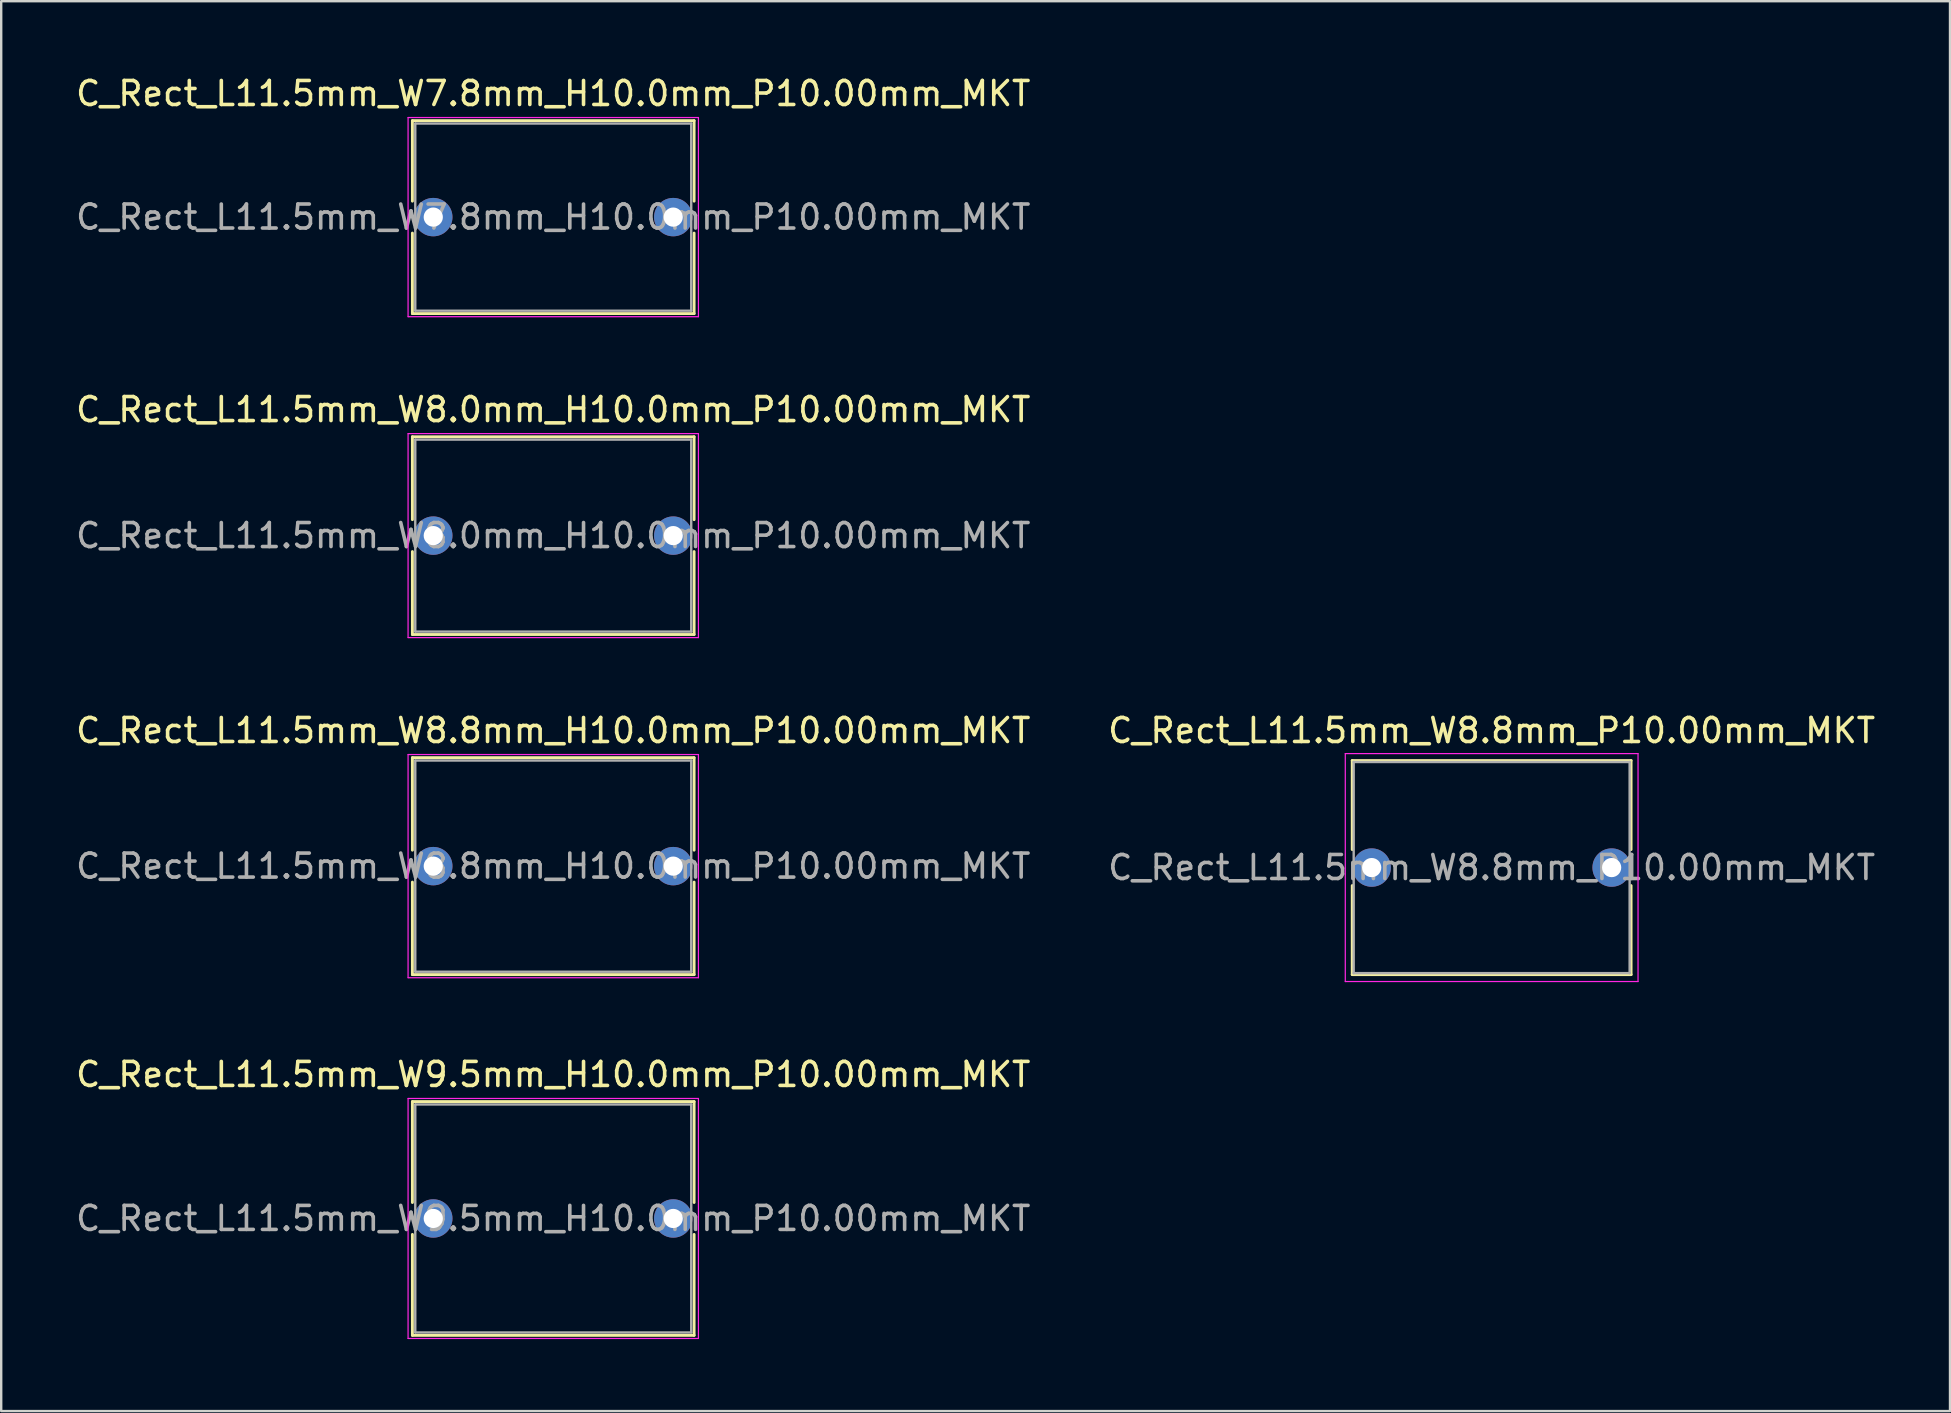
<source format=kicad_pcb>
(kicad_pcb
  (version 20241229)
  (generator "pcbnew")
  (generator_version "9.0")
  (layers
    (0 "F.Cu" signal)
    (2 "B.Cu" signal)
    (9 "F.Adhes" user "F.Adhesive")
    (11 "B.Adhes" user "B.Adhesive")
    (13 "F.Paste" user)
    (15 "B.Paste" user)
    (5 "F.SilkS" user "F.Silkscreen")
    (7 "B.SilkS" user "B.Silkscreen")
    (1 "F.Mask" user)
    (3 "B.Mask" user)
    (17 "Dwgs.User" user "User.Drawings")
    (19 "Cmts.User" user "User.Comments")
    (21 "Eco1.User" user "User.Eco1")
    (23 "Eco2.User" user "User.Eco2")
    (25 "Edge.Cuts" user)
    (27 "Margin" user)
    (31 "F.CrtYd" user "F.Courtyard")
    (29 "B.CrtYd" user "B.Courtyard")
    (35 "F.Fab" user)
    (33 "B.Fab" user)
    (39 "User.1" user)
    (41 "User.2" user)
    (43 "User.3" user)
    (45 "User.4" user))
  (footprint "C_Rect_L11.5mm_W8.8mm_P10.00mm_MKT"
    (layer "F.Cu")
    (at 54.113 33.105)
    (property "Reference" "C_Rect_L11.5mm_W8.8mm_P10.00mm_MKT" (at 5 -5.71 0) (layer "F.SilkS") (effects (font (size 1 1) (thickness 0.15))))
    (attr through_hole)
    (fp_line (start -0.81 -4.46) (end -0.81 -0.75) (stroke (width 0.12) (type solid)) (layer "F.SilkS"))
    (fp_line (start -0.81 -4.46) (end 10.81 -4.46) (stroke (width 0.12) (type solid)) (layer "F.SilkS"))
    (fp_line (start -0.81 0.75) (end -0.81 4.46) (stroke (width 0.12) (type solid)) (layer "F.SilkS"))
    (fp_line (start -0.81 4.46) (end 10.81 4.46) (stroke (width 0.12) (type solid)) (layer "F.SilkS"))
    (fp_line (start 10.81 -4.46) (end 10.81 -0.75) (stroke (width 0.12) (type solid)) (layer "F.SilkS"))
    (fp_line (start 10.81 0.75) (end 10.81 4.46) (stroke (width 0.12) (type solid)) (layer "F.SilkS"))
    (fp_line (start -1.1 -4.75) (end -1.1 4.75) (stroke (width 0.05) (type solid)) (layer "F.CrtYd"))
    (fp_line (start -1.1 4.75) (end 11.1 4.75) (stroke (width 0.05) (type solid)) (layer "F.CrtYd"))
    (fp_line (start 11.1 -4.75) (end -1.1 -4.75) (stroke (width 0.05) (type solid)) (layer "F.CrtYd"))
    (fp_line (start 11.1 4.75) (end 11.1 -4.75) (stroke (width 0.05) (type solid)) (layer "F.CrtYd"))
    (fp_line (start -0.75 -4.4) (end -0.75 4.4) (stroke (width 0.1) (type solid)) (layer "F.Fab"))
    (fp_line (start -0.75 4.4) (end 10.75 4.4) (stroke (width 0.1) (type solid)) (layer "F.Fab"))
    (fp_line (start 10.75 -4.4) (end -0.75 -4.4) (stroke (width 0.1) (type solid)) (layer "F.Fab"))
    (fp_line (start 10.75 4.4) (end 10.75 -4.4) (stroke (width 0.1) (type solid)) (layer "F.Fab"))
    (fp_text user "${REFERENCE}" (at 5 0 0) (layer "F.Fab") (effects (font (size 1 1) (thickness 0.15))))
    (pad "1" thru_hole circle (at 0 0) (size 1.6 1.6) (drill 0.8) (layers "*.Cu" "*.Mask"))
    (pad "2" thru_hole circle (at 10 0) (size 1.6 1.6) (drill 0.8) (layers "*.Cu" "*.Mask")))
  (footprint "C_Rect_L11.5mm_W7.8mm_H10.0mm_P10.00mm_MKT"
    (layer "F.Cu")
    (at 15.006 5.998)
    (property "Reference" "C_Rect_L11.5mm_W7.8mm_H10.0mm_P10.00mm_MKT" (at 5 -5.15 0) (layer "F.SilkS") (effects (font (size 1 1) (thickness 0.15))))
    (attr through_hole)
    (fp_line (start -0.87 -4.02) (end -0.87 -0.665) (stroke (width 0.12) (type solid)) (layer "F.SilkS"))
    (fp_line (start -0.87 -4.02) (end 10.87 -4.02) (stroke (width 0.12) (type solid)) (layer "F.SilkS"))
    (fp_line (start -0.87 0.665) (end -0.87 4.02) (stroke (width 0.12) (type solid)) (layer "F.SilkS"))
    (fp_line (start -0.87 4.02) (end 10.87 4.02) (stroke (width 0.12) (type solid)) (layer "F.SilkS"))
    (fp_line (start 10.87 -4.02) (end 10.87 -0.665) (stroke (width 0.12) (type solid)) (layer "F.SilkS"))
    (fp_line (start 10.87 0.665) (end 10.87 4.02) (stroke (width 0.12) (type solid)) (layer "F.SilkS"))
    (fp_line (start -1.05 -4.15) (end -1.05 4.15) (stroke (width 0.05) (type solid)) (layer "F.CrtYd"))
    (fp_line (start -1.05 4.15) (end 11.05 4.15) (stroke (width 0.05) (type solid)) (layer "F.CrtYd"))
    (fp_line (start 11.05 -4.15) (end -1.05 -4.15) (stroke (width 0.05) (type solid)) (layer "F.CrtYd"))
    (fp_line (start 11.05 4.15) (end 11.05 -4.15) (stroke (width 0.05) (type solid)) (layer "F.CrtYd"))
    (fp_line (start -0.75 -3.9) (end -0.75 3.9) (stroke (width 0.1) (type solid)) (layer "F.Fab"))
    (fp_line (start -0.75 3.9) (end 10.75 3.9) (stroke (width 0.1) (type solid)) (layer "F.Fab"))
    (fp_line (start 10.75 -3.9) (end -0.75 -3.9) (stroke (width 0.1) (type solid)) (layer "F.Fab"))
    (fp_line (start 10.75 3.9) (end 10.75 -3.9) (stroke (width 0.1) (type solid)) (layer "F.Fab"))
    (fp_text user "${REFERENCE}" (at 5 0 0) (layer "F.Fab") (effects (font (size 1 1) (thickness 0.15))))
    (pad "1" thru_hole circle (at 0 0) (size 1.6 1.6) (drill 0.8) (layers "*.Cu" "*.Mask"))
    (pad "2" thru_hole circle (at 10 0) (size 1.6 1.6) (drill 0.8) (layers "*.Cu" "*.Mask")))
  (footprint "C_Rect_L11.5mm_W9.5mm_H10.0mm_P10.00mm_MKT"
    (layer "F.Cu")
    (at 15.006 47.728)
    (property "Reference" "C_Rect_L11.5mm_W9.5mm_H10.0mm_P10.00mm_MKT" (at 5 -6 0) (layer "F.SilkS") (effects (font (size 1 1) (thickness 0.15))))
    (attr through_hole)
    (fp_line (start -0.87 -4.87) (end -0.87 -0.665) (stroke (width 0.12) (type solid)) (layer "F.SilkS"))
    (fp_line (start -0.87 -4.87) (end 10.87 -4.87) (stroke (width 0.12) (type solid)) (layer "F.SilkS"))
    (fp_line (start -0.87 0.665) (end -0.87 4.87) (stroke (width 0.12) (type solid)) (layer "F.SilkS"))
    (fp_line (start -0.87 4.87) (end 10.87 4.87) (stroke (width 0.12) (type solid)) (layer "F.SilkS"))
    (fp_line (start 10.87 -4.87) (end 10.87 -0.665) (stroke (width 0.12) (type solid)) (layer "F.SilkS"))
    (fp_line (start 10.87 0.665) (end 10.87 4.87) (stroke (width 0.12) (type solid)) (layer "F.SilkS"))
    (fp_line (start -1.05 -5) (end -1.05 5) (stroke (width 0.05) (type solid)) (layer "F.CrtYd"))
    (fp_line (start -1.05 5) (end 11.05 5) (stroke (width 0.05) (type solid)) (layer "F.CrtYd"))
    (fp_line (start 11.05 -5) (end -1.05 -5) (stroke (width 0.05) (type solid)) (layer "F.CrtYd"))
    (fp_line (start 11.05 5) (end 11.05 -5) (stroke (width 0.05) (type solid)) (layer "F.CrtYd"))
    (fp_line (start -0.75 -4.75) (end -0.75 4.75) (stroke (width 0.1) (type solid)) (layer "F.Fab"))
    (fp_line (start -0.75 4.75) (end 10.75 4.75) (stroke (width 0.1) (type solid)) (layer "F.Fab"))
    (fp_line (start 10.75 -4.75) (end -0.75 -4.75) (stroke (width 0.1) (type solid)) (layer "F.Fab"))
    (fp_line (start 10.75 4.75) (end 10.75 -4.75) (stroke (width 0.1) (type solid)) (layer "F.Fab"))
    (fp_text user "${REFERENCE}" (at 5 0 0) (layer "F.Fab") (effects (font (size 1 1) (thickness 0.15))))
    (pad "1" thru_hole circle (at 0 0) (size 1.6 1.6) (drill 0.8) (layers "*.Cu" "*.Mask"))
    (pad "2" thru_hole circle (at 10 0) (size 1.6 1.6) (drill 0.8) (layers "*.Cu" "*.Mask")))
  (footprint "C_Rect_L11.5mm_W8.8mm_H10.0mm_P10.00mm_MKT"
    (layer "F.Cu")
    (at 15.006 33.045)
    (property "Reference" "C_Rect_L11.5mm_W8.8mm_H10.0mm_P10.00mm_MKT" (at 5 -5.65 0) (layer "F.SilkS") (effects (font (size 1 1) (thickness 0.15))))
    (attr through_hole)
    (fp_line (start -0.87 -4.52) (end -0.87 -0.665) (stroke (width 0.12) (type solid)) (layer "F.SilkS"))
    (fp_line (start -0.87 -4.52) (end 10.87 -4.52) (stroke (width 0.12) (type solid)) (layer "F.SilkS"))
    (fp_line (start -0.87 0.665) (end -0.87 4.52) (stroke (width 0.12) (type solid)) (layer "F.SilkS"))
    (fp_line (start -0.87 4.52) (end 10.87 4.52) (stroke (width 0.12) (type solid)) (layer "F.SilkS"))
    (fp_line (start 10.87 -4.52) (end 10.87 -0.665) (stroke (width 0.12) (type solid)) (layer "F.SilkS"))
    (fp_line (start 10.87 0.665) (end 10.87 4.52) (stroke (width 0.12) (type solid)) (layer "F.SilkS"))
    (fp_line (start -1.05 -4.65) (end -1.05 4.65) (stroke (width 0.05) (type solid)) (layer "F.CrtYd"))
    (fp_line (start -1.05 4.65) (end 11.05 4.65) (stroke (width 0.05) (type solid)) (layer "F.CrtYd"))
    (fp_line (start 11.05 -4.65) (end -1.05 -4.65) (stroke (width 0.05) (type solid)) (layer "F.CrtYd"))
    (fp_line (start 11.05 4.65) (end 11.05 -4.65) (stroke (width 0.05) (type solid)) (layer "F.CrtYd"))
    (fp_line (start -0.75 -4.4) (end -0.75 4.4) (stroke (width 0.1) (type solid)) (layer "F.Fab"))
    (fp_line (start -0.75 4.4) (end 10.75 4.4) (stroke (width 0.1) (type solid)) (layer "F.Fab"))
    (fp_line (start 10.75 -4.4) (end -0.75 -4.4) (stroke (width 0.1) (type solid)) (layer "F.Fab"))
    (fp_line (start 10.75 4.4) (end 10.75 -4.4) (stroke (width 0.1) (type solid)) (layer "F.Fab"))
    (fp_text user "${REFERENCE}" (at 5 0 0) (layer "F.Fab") (effects (font (size 1 1) (thickness 0.15))))
    (pad "1" thru_hole circle (at 0 0) (size 1.6 1.6) (drill 0.8) (layers "*.Cu" "*.Mask"))
    (pad "2" thru_hole circle (at 10 0) (size 1.6 1.6) (drill 0.8) (layers "*.Cu" "*.Mask")))
  (footprint "C_Rect_L11.5mm_W8.0mm_H10.0mm_P10.00mm_MKT"
    (layer "F.Cu")
    (at 15.006 19.271)
    (property "Reference" "C_Rect_L11.5mm_W8.0mm_H10.0mm_P10.00mm_MKT" (at 5 -5.25 0) (layer "F.SilkS") (effects (font (size 1 1) (thickness 0.15))))
    (attr through_hole)
    (fp_line (start -0.87 -4.12) (end -0.87 -0.665) (stroke (width 0.12) (type solid)) (layer "F.SilkS"))
    (fp_line (start -0.87 -4.12) (end 10.87 -4.12) (stroke (width 0.12) (type solid)) (layer "F.SilkS"))
    (fp_line (start -0.87 0.665) (end -0.87 4.12) (stroke (width 0.12) (type solid)) (layer "F.SilkS"))
    (fp_line (start -0.87 4.12) (end 10.87 4.12) (stroke (width 0.12) (type solid)) (layer "F.SilkS"))
    (fp_line (start 10.87 -4.12) (end 10.87 -0.665) (stroke (width 0.12) (type solid)) (layer "F.SilkS"))
    (fp_line (start 10.87 0.665) (end 10.87 4.12) (stroke (width 0.12) (type solid)) (layer "F.SilkS"))
    (fp_line (start -1.05 -4.25) (end -1.05 4.25) (stroke (width 0.05) (type solid)) (layer "F.CrtYd"))
    (fp_line (start -1.05 4.25) (end 11.05 4.25) (stroke (width 0.05) (type solid)) (layer "F.CrtYd"))
    (fp_line (start 11.05 -4.25) (end -1.05 -4.25) (stroke (width 0.05) (type solid)) (layer "F.CrtYd"))
    (fp_line (start 11.05 4.25) (end 11.05 -4.25) (stroke (width 0.05) (type solid)) (layer "F.CrtYd"))
    (fp_line (start -0.75 -4) (end -0.75 4) (stroke (width 0.1) (type solid)) (layer "F.Fab"))
    (fp_line (start -0.75 4) (end 10.75 4) (stroke (width 0.1) (type solid)) (layer "F.Fab"))
    (fp_line (start 10.75 -4) (end -0.75 -4) (stroke (width 0.1) (type solid)) (layer "F.Fab"))
    (fp_line (start 10.75 4) (end 10.75 -4) (stroke (width 0.1) (type solid)) (layer "F.Fab"))
    (fp_text user "${REFERENCE}" (at 5 0 0) (layer "F.Fab") (effects (font (size 1 1) (thickness 0.15))))
    (pad "1" thru_hole circle (at 0 0) (size 1.6 1.6) (drill 0.8) (layers "*.Cu" "*.Mask"))
    (pad "2" thru_hole circle (at 10 0) (size 1.6 1.6) (drill 0.8) (layers "*.Cu" "*.Mask")))
  (gr_rect
    (start -3 -3)
    (end 78.214 55.753)
    (stroke (width 0.1) (type default))
    (fill no)
    (layer "Edge.Cuts")))
</source>
